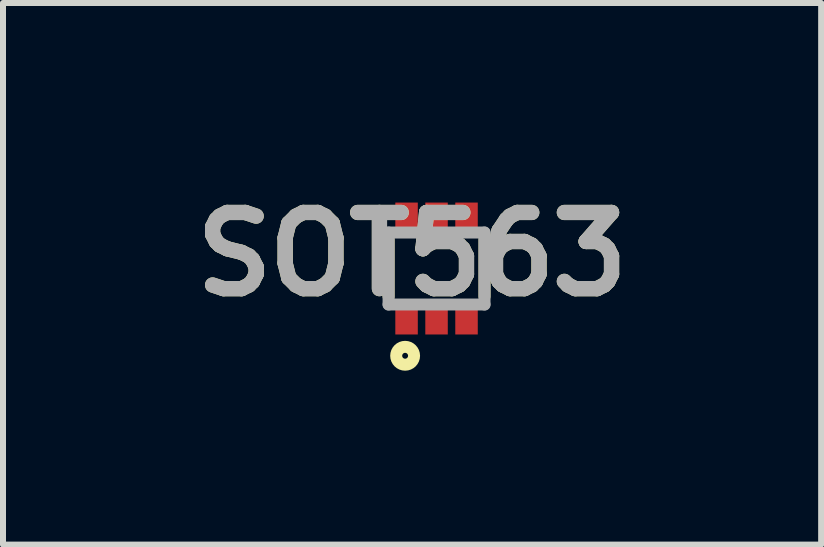
<source format=kicad_pcb>
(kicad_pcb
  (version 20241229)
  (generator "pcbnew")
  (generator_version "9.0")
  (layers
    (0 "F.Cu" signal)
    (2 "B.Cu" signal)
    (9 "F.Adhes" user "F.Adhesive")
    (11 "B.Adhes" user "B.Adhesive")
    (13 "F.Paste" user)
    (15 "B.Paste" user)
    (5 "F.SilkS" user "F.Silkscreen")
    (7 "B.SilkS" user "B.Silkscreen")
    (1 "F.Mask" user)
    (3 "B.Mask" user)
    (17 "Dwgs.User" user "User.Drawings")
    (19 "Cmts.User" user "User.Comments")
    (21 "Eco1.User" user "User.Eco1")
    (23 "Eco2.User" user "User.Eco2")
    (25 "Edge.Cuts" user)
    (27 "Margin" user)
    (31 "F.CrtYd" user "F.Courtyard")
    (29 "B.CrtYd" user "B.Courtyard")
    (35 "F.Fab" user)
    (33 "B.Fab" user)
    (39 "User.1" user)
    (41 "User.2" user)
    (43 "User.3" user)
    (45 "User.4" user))
  (footprint "SOT563"
    (layer "F.Cu")
    (at 4.23 1.428)
    (property "Reference" "SOT563" (at -0.408 -0.239 0) (layer "F.SilkS") (effects (font (size 1.27 1.27) (thickness 0.254))))
    (attr smd)
    (fp_line (start -0.8 -0.48) (end -0.8 0.465) (stroke (width 0.2) (type solid)) (layer "F.SilkS"))
    (fp_line (start 0.8 -0.48) (end 0.8 0.465) (stroke (width 0.2) (type solid)) (layer "F.SilkS"))
    (fp_circle (center -0.524 1.455) (end -0.524 1.504) (stroke (width 0.2) (type solid)) (fill no) (layer "F.SilkS"))
    (fp_line (start -0.8 -0.6) (end 0.8 -0.6) (stroke (width 0.2) (type solid)) (layer "F.Fab"))
    (fp_line (start -0.8 0.6) (end -0.8 -0.6) (stroke (width 0.2) (type solid)) (layer "F.Fab"))
    (fp_line (start 0.8 -0.6) (end 0.8 0.6) (stroke (width 0.2) (type solid)) (layer "F.Fab"))
    (fp_line (start 0.8 0.6) (end -0.8 0.6) (stroke (width 0.2) (type solid)) (layer "F.Fab"))
    (fp_text user "${REFERENCE}" (at -0.408 -0.239 0) (layer "F.Fab") (effects (font (size 1.27 1.27) (thickness 0.254))))
    (pad "1" smd rect (at -0.5 0.85) (size 0.375 0.5) (layers "F.Cu" "F.Mask" "F.Paste"))
    (pad "2" smd rect (at 0 0.85) (size 0.375 0.5) (layers "F.Cu" "F.Mask" "F.Paste"))
    (pad "3" smd rect (at 0.5 0.85) (size 0.375 0.5) (layers "F.Cu" "F.Mask" "F.Paste"))
    (pad "4" smd rect (at 0.5 -0.85) (size 0.375 0.5) (layers "F.Cu" "F.Mask" "F.Paste"))
    (pad "5" smd rect (at 0 -0.85) (size 0.375 0.5) (layers "F.Cu" "F.Mask" "F.Paste"))
    (pad "6" smd rect (at -0.5 -0.85) (size 0.375 0.5) (layers "F.Cu" "F.Mask" "F.Paste")))
  (gr_rect
    (start -3 -3)
    (end 10.644 6.032)
    (stroke (width 0.1) (type default))
    (fill no)
    (layer "Edge.Cuts")))
</source>
